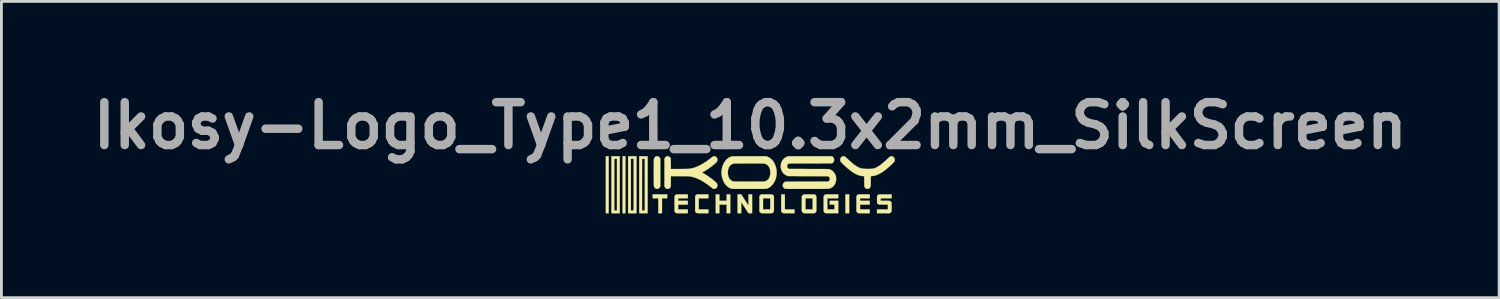
<source format=kicad_pcb>
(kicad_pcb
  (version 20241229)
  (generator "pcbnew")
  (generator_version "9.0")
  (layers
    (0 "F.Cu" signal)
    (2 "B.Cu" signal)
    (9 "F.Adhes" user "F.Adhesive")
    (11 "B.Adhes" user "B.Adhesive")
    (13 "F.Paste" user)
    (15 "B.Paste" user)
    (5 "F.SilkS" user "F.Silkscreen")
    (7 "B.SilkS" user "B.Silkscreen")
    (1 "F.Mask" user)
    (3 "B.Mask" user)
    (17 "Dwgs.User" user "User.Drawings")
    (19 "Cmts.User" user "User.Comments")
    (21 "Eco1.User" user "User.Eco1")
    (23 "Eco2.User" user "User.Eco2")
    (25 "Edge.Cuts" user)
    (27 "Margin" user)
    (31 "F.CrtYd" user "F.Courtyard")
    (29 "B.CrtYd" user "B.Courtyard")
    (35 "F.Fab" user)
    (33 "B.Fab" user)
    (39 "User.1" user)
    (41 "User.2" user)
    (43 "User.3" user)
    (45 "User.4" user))
  (footprint "Ikosy-Logo_Type1_10.3x2mm_SilkScreen"
    (layer "F.Cu")
    (at 23.629 3.518)
    (property "Reference" "Ikosy-Logo_Type1_10.3x2mm_SilkScreen" (at 0 -2.1 0) (layer "F.Fab") (effects (font (size 1.524 1.524) (thickness 0.3))))
    (attr exclude_from_pos_files exclude_from_bom)
    (fp_poly (pts (xy -5.036 1.012) (xy -5.134 1.012) (xy -5.134 -1.012) (xy -5.036 -1.012) (xy -5.036 1.012)) (stroke (width 0.01) (type solid)) (fill yes) (layer "F.SilkS"))
    (fp_poly (pts (xy -4.441 1.012) (xy -4.539 1.012) (xy -4.539 -1.012) (xy -4.441 -1.012) (xy -4.441 1.012)) (stroke (width 0.01) (type solid)) (fill yes) (layer "F.SilkS"))
    (fp_poly (pts (xy 3.516 1.012) (xy 3.385 1.012) (xy 3.385 0.345) (xy 3.516 0.345) (xy 3.516 1.012)) (stroke (width 0.01) (type solid)) (fill yes) (layer "F.SilkS"))
    (fp_poly (pts (xy -2.954 0.479) (xy -3.139 0.479) (xy -3.139 1.012) (xy -3.269 1.012) (xy -3.269 0.479) (xy -3.469 0.479) (xy -3.469 0.345) (xy -2.954 0.345) (xy -2.954 0.479)) (stroke (width 0.01) (type solid)) (fill yes) (layer "F.SilkS"))
    (fp_poly (pts (xy -4.641 1.012) (xy -4.935 1.012) (xy -4.935 -0.922) (xy -4.837 -0.922) (xy -4.837 0.922) (xy -4.739 0.922) (xy -4.739 -0.922) (xy -4.837 -0.922) (xy -4.935 -0.922) (xy -4.935 -1.012) (xy -4.641 -1.012) (xy -4.641 1.012)) (stroke (width 0.01) (type solid)) (fill yes) (layer "F.SilkS"))
    (fp_poly (pts (xy -4.046 1.012) (xy -4.343 1.012) (xy -4.343 -0.922) (xy -4.245 -0.922) (xy -4.245 0.922) (xy -4.144 0.922) (xy -4.144 -0.922) (xy -4.245 -0.922) (xy -4.343 -0.922) (xy -4.343 -1.012) (xy -4.046 -1.012) (xy -4.046 1.012)) (stroke (width 0.01) (type solid)) (fill yes) (layer "F.SilkS"))
    (fp_poly (pts (xy -1.099 0.573) (xy -0.838 0.573) (xy -0.838 0.345) (xy -0.711 0.345) (xy -0.711 1.012) (xy -0.838 1.012) (xy -0.838 0.708) (xy -1.099 0.708) (xy -1.099 1.012) (xy -1.226 1.012) (xy -1.226 0.345) (xy -1.099 0.345) (xy -1.099 0.573)) (stroke (width 0.01) (type solid)) (fill yes) (layer "F.SilkS"))
    (fp_poly (pts (xy -3.65 1.012) (xy -3.948 1.012) (xy -3.948 0.448) (xy -3.849 0.448) (xy -3.849 0.514) (xy -3.849 0.575) (xy -3.849 0.632) (xy -3.849 0.685) (xy -3.849 0.734) (xy -3.849 0.777) (xy -3.849 0.815) (xy -3.849 0.848) (xy -3.849 0.875) (xy -3.849 0.895) (xy -3.848 0.909) (xy -3.848 0.916) (xy -3.848 0.917) (xy -3.845 0.919) (xy -3.837 0.92) (xy -3.824 0.921) (xy -3.805 0.922) (xy -3.797 0.922) (xy -3.748 0.922) (xy -3.748 -0.922) (xy -3.798 -0.921) (xy -3.848 -0.92) (xy -3.849 -0.004) (xy -3.849 0.077) (xy -3.849 0.157) (xy -3.849 0.234) (xy -3.849 0.308) (xy -3.849 0.38) (xy -3.849 0.448) (xy -3.948 0.448) (xy -3.948 -1.012) (xy -3.65 -1.012) (xy -3.65 1.012)) (stroke (width 0.01) (type solid)) (fill yes) (layer "F.SilkS"))
    (fp_poly (pts (xy -1.488 0.479) (xy -1.832 0.479) (xy -1.832 0.878) (xy -1.488 0.878) (xy -1.488 1.012) (xy -1.688 1.012) (xy -1.733 1.012) (xy -1.772 1.012) (xy -1.804 1.012) (xy -1.831 1.011) (xy -1.852 1.011) (xy -1.87 1.011) (xy -1.883 1.01) (xy -1.892 1.009) (xy -1.899 1.008) (xy -1.903 1.007) (xy -1.921 0.997) (xy -1.937 0.982) (xy -1.95 0.962) (xy -1.951 0.96) (xy -1.959 0.942) (xy -1.959 0.415) (xy -1.951 0.397) (xy -1.94 0.379) (xy -1.924 0.364) (xy -1.907 0.353) (xy -1.898 0.349) (xy -1.892 0.348) (xy -1.881 0.347) (xy -1.864 0.346) (xy -1.841 0.346) (xy -1.812 0.345) (xy -1.777 0.345) (xy -1.735 0.345) (xy -1.686 0.345) (xy -1.488 0.345) (xy -1.488 0.479)) (stroke (width 0.01) (type solid)) (fill yes) (layer "F.SilkS"))
    (fp_poly (pts (xy 1.23 0.878) (xy 1.575 0.878) (xy 1.575 1.012) (xy 1.373 1.012) (xy 1.329 1.012) (xy 1.292 1.012) (xy 1.261 1.012) (xy 1.235 1.012) (xy 1.215 1.012) (xy 1.198 1.011) (xy 1.186 1.011) (xy 1.176 1.01) (xy 1.169 1.009) (xy 1.163 1.008) (xy 1.159 1.007) (xy 1.156 1.006) (xy 1.145 0.999) (xy 1.133 0.989) (xy 1.127 0.984) (xy 1.123 0.979) (xy 1.119 0.974) (xy 1.115 0.97) (xy 1.112 0.966) (xy 1.11 0.96) (xy 1.108 0.954) (xy 1.106 0.945) (xy 1.104 0.934) (xy 1.103 0.921) (xy 1.103 0.904) (xy 1.102 0.883) (xy 1.102 0.858) (xy 1.101 0.828) (xy 1.101 0.794) (xy 1.101 0.753) (xy 1.101 0.706) (xy 1.101 0.653) (xy 1.101 0.644) (xy 1.101 0.347) (xy 1.23 0.345) (xy 1.23 0.878)) (stroke (width 0.01) (type solid)) (fill yes) (layer "F.SilkS"))
    (fp_poly (pts (xy 0.065 1.012) (xy -0.064 1.012) (xy -0.19 0.816) (xy -0.212 0.782) (xy -0.233 0.75) (xy -0.253 0.72) (xy -0.27 0.693) (xy -0.286 0.669) (xy -0.299 0.65) (xy -0.309 0.634) (xy -0.316 0.624) (xy -0.32 0.619) (xy -0.32 0.618) (xy -0.321 0.621) (xy -0.321 0.631) (xy -0.322 0.647) (xy -0.322 0.668) (xy -0.322 0.694) (xy -0.323 0.723) (xy -0.323 0.756) (xy -0.323 0.792) (xy -0.323 0.814) (xy -0.323 1.012) (xy -0.45 1.012) (xy -0.45 0.345) (xy -0.386 0.345) (xy -0.321 0.345) (xy -0.194 0.543) (xy -0.172 0.577) (xy -0.151 0.609) (xy -0.132 0.639) (xy -0.114 0.666) (xy -0.099 0.689) (xy -0.086 0.709) (xy -0.076 0.724) (xy -0.068 0.735) (xy -0.065 0.74) (xy -0.064 0.74) (xy -0.064 0.737) (xy -0.063 0.727) (xy -0.063 0.71) (xy -0.063 0.689) (xy -0.062 0.663) (xy -0.062 0.633) (xy -0.062 0.6) (xy -0.062 0.564) (xy -0.062 0.542) (xy -0.062 0.345) (xy 0.065 0.345) (xy 0.065 1.012)) (stroke (width 0.01) (type solid)) (fill yes) (layer "F.SilkS"))
    (fp_poly (pts (xy -2.221 0.479) (xy -2.565 0.479) (xy -2.565 0.573) (xy -2.221 0.573) (xy -2.221 0.708) (xy -2.565 0.708) (xy -2.565 0.878) (xy -2.221 0.878) (xy -2.221 1.012) (xy -2.423 1.012) (xy -2.467 1.012) (xy -2.504 1.012) (xy -2.535 1.012) (xy -2.56 1.012) (xy -2.581 1.012) (xy -2.597 1.011) (xy -2.61 1.011) (xy -2.62 1.01) (xy -2.627 1.009) (xy -2.632 1.008) (xy -2.636 1.007) (xy -2.64 1.006) (xy -2.654 0.996) (xy -2.668 0.983) (xy -2.68 0.968) (xy -2.688 0.953) (xy -2.688 0.951) (xy -2.689 0.946) (xy -2.69 0.936) (xy -2.69 0.922) (xy -2.691 0.902) (xy -2.691 0.877) (xy -2.692 0.846) (xy -2.692 0.81) (xy -2.692 0.767) (xy -2.692 0.717) (xy -2.692 0.676) (xy -2.692 0.415) (xy -2.684 0.397) (xy -2.673 0.379) (xy -2.657 0.364) (xy -2.64 0.353) (xy -2.631 0.349) (xy -2.625 0.348) (xy -2.614 0.347) (xy -2.597 0.346) (xy -2.574 0.346) (xy -2.545 0.345) (xy -2.51 0.345) (xy -2.468 0.345) (xy -2.419 0.345) (xy -2.221 0.345) (xy -2.221 0.479)) (stroke (width 0.01) (type solid)) (fill yes) (layer "F.SilkS"))
    (fp_poly (pts (xy 4.249 0.479) (xy 3.904 0.479) (xy 3.904 0.573) (xy 4.249 0.573) (xy 4.249 0.708) (xy 3.904 0.708) (xy 3.904 0.878) (xy 4.249 0.878) (xy 4.249 1.012) (xy 4.047 1.012) (xy 4.003 1.012) (xy 3.966 1.012) (xy 3.935 1.012) (xy 3.91 1.012) (xy 3.889 1.012) (xy 3.873 1.011) (xy 3.86 1.011) (xy 3.85 1.01) (xy 3.843 1.009) (xy 3.837 1.008) (xy 3.833 1.007) (xy 3.83 1.006) (xy 3.816 0.996) (xy 3.801 0.983) (xy 3.789 0.968) (xy 3.781 0.953) (xy 3.781 0.952) (xy 3.78 0.948) (xy 3.779 0.942) (xy 3.778 0.933) (xy 3.777 0.921) (xy 3.777 0.905) (xy 3.776 0.886) (xy 3.776 0.861) (xy 3.776 0.832) (xy 3.776 0.796) (xy 3.776 0.755) (xy 3.776 0.708) (xy 3.776 0.677) (xy 3.776 0.415) (xy 3.784 0.399) (xy 3.794 0.382) (xy 3.808 0.368) (xy 3.823 0.356) (xy 3.837 0.349) (xy 3.838 0.349) (xy 3.845 0.348) (xy 3.86 0.347) (xy 3.881 0.346) (xy 3.91 0.346) (xy 3.945 0.345) (xy 3.986 0.345) (xy 4.035 0.345) (xy 4.05 0.345) (xy 4.249 0.345) (xy 4.249 0.479)) (stroke (width 0.01) (type solid)) (fill yes) (layer "F.SilkS"))
    (fp_poly (pts (xy -3.29 -1.009) (xy -3.269 -1.003) (xy -3.264 -1.001) (xy -3.24 -0.984) (xy -3.22 -0.962) (xy -3.209 -0.942) (xy -3.199 -0.92) (xy -3.199 0.056) (xy -3.208 0.077) (xy -3.224 0.103) (xy -3.244 0.124) (xy -3.267 0.138) (xy -3.293 0.146) (xy -3.305 0.147) (xy -3.325 0.147) (xy -3.342 0.144) (xy -3.348 0.142) (xy -3.372 0.13) (xy -3.393 0.111) (xy -3.41 0.088) (xy -3.421 0.061) (xy -3.425 0.045) (xy -3.426 0.039) (xy -3.426 0.025) (xy -3.427 0.005) (xy -3.427 -0.02) (xy -3.428 -0.051) (xy -3.428 -0.086) (xy -3.428 -0.125) (xy -3.429 -0.167) (xy -3.429 -0.213) (xy -3.429 -0.26) (xy -3.429 -0.31) (xy -3.429 -0.361) (xy -3.429 -0.413) (xy -3.429 -0.464) (xy -3.429 -0.516) (xy -3.429 -0.567) (xy -3.429 -0.616) (xy -3.429 -0.663) (xy -3.428 -0.708) (xy -3.428 -0.749) (xy -3.428 -0.787) (xy -3.427 -0.821) (xy -3.427 -0.851) (xy -3.427 -0.875) (xy -3.426 -0.893) (xy -3.425 -0.905) (xy -3.425 -0.909) (xy -3.417 -0.937) (xy -3.403 -0.963) (xy -3.385 -0.984) (xy -3.363 -0.999) (xy -3.357 -1.003) (xy -3.337 -1.009) (xy -3.313 -1.011) (xy -3.29 -1.009)) (stroke (width 0.01) (type solid)) (fill yes) (layer "F.SilkS"))
    (fp_poly (pts (xy 3.128 0.479) (xy 2.74 0.479) (xy 2.74 0.878) (xy 2.997 0.878) (xy 2.997 0.708) (xy 2.827 0.708) (xy 2.827 0.573) (xy 3.128 0.573) (xy 3.128 1.012) (xy 2.904 1.012) (xy 2.858 1.012) (xy 2.818 1.012) (xy 2.785 1.012) (xy 2.757 1.012) (xy 2.734 1.012) (xy 2.716 1.011) (xy 2.702 1.011) (xy 2.69 1.01) (xy 2.682 1.01) (xy 2.676 1.009) (xy 2.671 1.008) (xy 2.667 1.006) (xy 2.665 1.006) (xy 2.654 0.999) (xy 2.642 0.989) (xy 2.637 0.984) (xy 2.632 0.978) (xy 2.628 0.974) (xy 2.624 0.969) (xy 2.621 0.964) (xy 2.619 0.959) (xy 2.616 0.951) (xy 2.615 0.942) (xy 2.613 0.93) (xy 2.612 0.915) (xy 2.612 0.897) (xy 2.611 0.875) (xy 2.611 0.848) (xy 2.611 0.816) (xy 2.611 0.778) (xy 2.611 0.734) (xy 2.611 0.683) (xy 2.611 0.415) (xy 2.619 0.398) (xy 2.63 0.382) (xy 2.645 0.366) (xy 2.661 0.355) (xy 2.674 0.349) (xy 2.679 0.348) (xy 2.69 0.347) (xy 2.705 0.346) (xy 2.726 0.346) (xy 2.753 0.345) (xy 2.785 0.345) (xy 2.824 0.345) (xy 2.87 0.345) (xy 2.908 0.345) (xy 3.128 0.345) (xy 3.128 0.479)) (stroke (width 0.01) (type solid)) (fill yes) (layer "F.SilkS"))
    (fp_poly (pts (xy 5.026 0.479) (xy 4.637 0.479) (xy 4.637 0.573) (xy 4.794 0.573) (xy 4.834 0.574) (xy 4.867 0.574) (xy 4.895 0.574) (xy 4.917 0.574) (xy 4.934 0.575) (xy 4.948 0.576) (xy 4.959 0.578) (xy 4.968 0.58) (xy 4.975 0.582) (xy 4.981 0.586) (xy 4.986 0.589) (xy 4.99 0.592) (xy 4.999 0.601) (xy 5.008 0.613) (xy 5.013 0.621) (xy 5.024 0.64) (xy 5.025 0.782) (xy 5.025 0.827) (xy 5.025 0.864) (xy 5.025 0.895) (xy 5.024 0.918) (xy 5.023 0.934) (xy 5.022 0.942) (xy 5.014 0.963) (xy 5 0.983) (xy 4.983 0.998) (xy 4.974 1.004) (xy 4.955 1.012) (xy 4.731 1.012) (xy 4.507 1.012) (xy 4.508 0.88) (xy 4.702 0.879) (xy 4.895 0.878) (xy 4.895 0.708) (xy 4.734 0.707) (xy 4.696 0.707) (xy 4.664 0.706) (xy 4.638 0.706) (xy 4.618 0.706) (xy 4.601 0.705) (xy 4.589 0.705) (xy 4.58 0.704) (xy 4.573 0.703) (xy 4.568 0.702) (xy 4.564 0.7) (xy 4.56 0.698) (xy 4.559 0.698) (xy 4.54 0.684) (xy 4.524 0.665) (xy 4.517 0.653) (xy 4.515 0.648) (xy 4.513 0.644) (xy 4.511 0.638) (xy 4.51 0.631) (xy 4.509 0.622) (xy 4.509 0.609) (xy 4.509 0.591) (xy 4.509 0.569) (xy 4.509 0.541) (xy 4.508 0.526) (xy 4.509 0.495) (xy 4.509 0.47) (xy 4.509 0.451) (xy 4.509 0.436) (xy 4.51 0.425) (xy 4.511 0.416) (xy 4.512 0.41) (xy 4.514 0.405) (xy 4.516 0.4) (xy 4.517 0.398) (xy 4.528 0.382) (xy 4.542 0.367) (xy 4.558 0.355) (xy 4.571 0.349) (xy 4.577 0.348) (xy 4.588 0.347) (xy 4.603 0.346) (xy 4.624 0.346) (xy 4.65 0.345) (xy 4.683 0.345) (xy 4.722 0.345) (xy 4.768 0.345) (xy 4.806 0.345) (xy 5.026 0.345) (xy 5.026 0.479)) (stroke (width 0.01) (type solid)) (fill yes) (layer "F.SilkS"))
    (fp_poly (pts (xy 0.545 0.345) (xy 0.591 0.345) (xy 0.778 0.347) (xy 0.795 0.356) (xy 0.807 0.365) (xy 0.818 0.375) (xy 0.821 0.379) (xy 0.825 0.384) (xy 0.829 0.389) (xy 0.831 0.393) (xy 0.834 0.399) (xy 0.836 0.406) (xy 0.837 0.414) (xy 0.839 0.425) (xy 0.84 0.439) (xy 0.841 0.456) (xy 0.841 0.477) (xy 0.841 0.503) (xy 0.842 0.533) (xy 0.842 0.569) (xy 0.842 0.611) (xy 0.842 0.659) (xy 0.842 0.678) (xy 0.842 0.728) (xy 0.842 0.771) (xy 0.842 0.808) (xy 0.842 0.84) (xy 0.841 0.866) (xy 0.841 0.887) (xy 0.841 0.905) (xy 0.84 0.919) (xy 0.84 0.929) (xy 0.839 0.938) (xy 0.838 0.944) (xy 0.837 0.949) (xy 0.836 0.953) (xy 0.827 0.969) (xy 0.815 0.985) (xy 0.8 0.998) (xy 0.784 1.007) (xy 0.782 1.008) (xy 0.776 1.009) (xy 0.765 1.01) (xy 0.751 1.011) (xy 0.731 1.011) (xy 0.706 1.012) (xy 0.675 1.012) (xy 0.637 1.012) (xy 0.593 1.012) (xy 0.58 1.012) (xy 0.538 1.012) (xy 0.503 1.012) (xy 0.474 1.012) (xy 0.45 1.012) (xy 0.431 1.012) (xy 0.416 1.011) (xy 0.405 1.01) (xy 0.396 1.01) (xy 0.389 1.009) (xy 0.385 1.008) (xy 0.381 1.006) (xy 0.379 1.006) (xy 0.365 0.996) (xy 0.351 0.983) (xy 0.339 0.968) (xy 0.331 0.953) (xy 0.331 0.951) (xy 0.33 0.946) (xy 0.329 0.936) (xy 0.329 0.922) (xy 0.328 0.902) (xy 0.327 0.877) (xy 0.327 0.846) (xy 0.327 0.81) (xy 0.327 0.767) (xy 0.327 0.717) (xy 0.327 0.676) (xy 0.327 0.479) (xy 0.454 0.479) (xy 0.454 0.878) (xy 0.711 0.878) (xy 0.711 0.479) (xy 0.454 0.479) (xy 0.327 0.479) (xy 0.327 0.415) (xy 0.335 0.397) (xy 0.347 0.379) (xy 0.362 0.363) (xy 0.38 0.352) (xy 0.389 0.349) (xy 0.396 0.348) (xy 0.407 0.347) (xy 0.423 0.346) (xy 0.444 0.346) (xy 0.472 0.345) (xy 0.505 0.345) (xy 0.545 0.345)) (stroke (width 0.01) (type solid)) (fill yes) (layer "F.SilkS"))
    (fp_poly (pts (xy 2.05 0.345) (xy 2.095 0.345) (xy 2.101 0.345) (xy 2.288 0.347) (xy 2.304 0.356) (xy 2.316 0.365) (xy 2.327 0.375) (xy 2.331 0.379) (xy 2.335 0.384) (xy 2.338 0.389) (xy 2.341 0.393) (xy 2.343 0.399) (xy 2.345 0.406) (xy 2.347 0.414) (xy 2.348 0.425) (xy 2.349 0.439) (xy 2.35 0.456) (xy 2.351 0.477) (xy 2.351 0.503) (xy 2.351 0.533) (xy 2.351 0.569) (xy 2.351 0.611) (xy 2.351 0.659) (xy 2.351 0.678) (xy 2.351 0.728) (xy 2.351 0.771) (xy 2.351 0.808) (xy 2.351 0.84) (xy 2.351 0.866) (xy 2.35 0.887) (xy 2.35 0.905) (xy 2.35 0.919) (xy 2.349 0.929) (xy 2.348 0.938) (xy 2.347 0.944) (xy 2.346 0.949) (xy 2.345 0.953) (xy 2.337 0.969) (xy 2.324 0.985) (xy 2.309 0.998) (xy 2.294 1.007) (xy 2.291 1.008) (xy 2.285 1.009) (xy 2.275 1.01) (xy 2.26 1.011) (xy 2.24 1.011) (xy 2.215 1.012) (xy 2.184 1.012) (xy 2.147 1.012) (xy 2.103 1.012) (xy 2.09 1.012) (xy 2.048 1.012) (xy 2.013 1.012) (xy 1.983 1.012) (xy 1.96 1.012) (xy 1.94 1.012) (xy 1.925 1.011) (xy 1.914 1.01) (xy 1.905 1.01) (xy 1.899 1.009) (xy 1.894 1.008) (xy 1.89 1.006) (xy 1.889 1.006) (xy 1.874 0.996) (xy 1.859 0.982) (xy 1.847 0.966) (xy 1.841 0.955) (xy 1.839 0.952) (xy 1.838 0.949) (xy 1.837 0.944) (xy 1.837 0.937) (xy 1.836 0.928) (xy 1.836 0.916) (xy 1.835 0.9) (xy 1.835 0.881) (xy 1.835 0.858) (xy 1.834 0.829) (xy 1.834 0.796) (xy 1.834 0.756) (xy 1.834 0.71) (xy 1.834 0.68) (xy 1.834 0.479) (xy 1.963 0.479) (xy 1.963 0.878) (xy 2.221 0.878) (xy 2.221 0.479) (xy 1.963 0.479) (xy 1.834 0.479) (xy 1.834 0.419) (xy 1.843 0.4) (xy 1.854 0.382) (xy 1.869 0.366) (xy 1.886 0.354) (xy 1.899 0.349) (xy 1.905 0.348) (xy 1.916 0.347) (xy 1.931 0.346) (xy 1.952 0.346) (xy 1.978 0.345) (xy 2.011 0.345) (xy 2.05 0.345)) (stroke (width 0.01) (type solid)) (fill yes) (layer "F.SilkS"))
    (fp_poly (pts (xy -1.266 -1.011) (xy -1.243 -1.005) (xy -1.222 -0.992) (xy -1.206 -0.979) (xy -1.189 -0.959) (xy -1.178 -0.94) (xy -1.171 -0.919) (xy -1.169 -0.895) (xy -1.169 -0.88) (xy -1.17 -0.864) (xy -1.173 -0.851) (xy -1.177 -0.838) (xy -1.183 -0.825) (xy -1.192 -0.812) (xy -1.205 -0.797) (xy -1.221 -0.781) (xy -1.241 -0.763) (xy -1.267 -0.741) (xy -1.294 -0.718) (xy -1.369 -0.658) (xy -1.44 -0.604) (xy -1.511 -0.555) (xy -1.581 -0.51) (xy -1.652 -0.469) (xy -1.686 -0.45) (xy -1.699 -0.442) (xy -1.709 -0.437) (xy -1.715 -0.433) (xy -1.716 -0.432) (xy -1.713 -0.429) (xy -1.705 -0.425) (xy -1.693 -0.418) (xy -1.683 -0.412) (xy -1.602 -0.366) (xy -1.52 -0.315) (xy -1.438 -0.258) (xy -1.354 -0.194) (xy -1.288 -0.141) (xy -1.259 -0.116) (xy -1.235 -0.096) (xy -1.216 -0.078) (xy -1.201 -0.063) (xy -1.19 -0.049) (xy -1.182 -0.037) (xy -1.176 -0.025) (xy -1.172 -0.012) (xy -1.17 0.001) (xy -1.169 0.016) (xy -1.17 0.043) (xy -1.174 0.066) (xy -1.182 0.085) (xy -1.197 0.104) (xy -1.206 0.115) (xy -1.228 0.133) (xy -1.249 0.144) (xy -1.273 0.148) (xy -1.29 0.148) (xy -1.303 0.146) (xy -1.316 0.141) (xy -1.33 0.135) (xy -1.346 0.125) (xy -1.364 0.111) (xy -1.384 0.096) (xy -1.462 0.035) (xy -1.536 -0.02) (xy -1.607 -0.069) (xy -1.675 -0.113) (xy -1.742 -0.152) (xy -1.806 -0.186) (xy -1.87 -0.215) (xy -1.933 -0.24) (xy -1.995 -0.261) (xy -2.058 -0.279) (xy -2.122 -0.292) (xy -2.144 -0.296) (xy -2.152 -0.297) (xy -2.16 -0.298) (xy -2.169 -0.299) (xy -2.18 -0.3) (xy -2.194 -0.301) (xy -2.21 -0.301) (xy -2.229 -0.302) (xy -2.252 -0.302) (xy -2.279 -0.302) (xy -2.311 -0.303) (xy -2.348 -0.303) (xy -2.39 -0.303) (xy -2.439 -0.304) (xy -2.495 -0.304) (xy -2.503 -0.304) (xy -2.823 -0.305) (xy -2.824 -0.125) (xy -2.825 0.056) (xy -2.834 0.077) (xy -2.85 0.103) (xy -2.869 0.123) (xy -2.892 0.138) (xy -2.917 0.146) (xy -2.93 0.147) (xy -2.944 0.147) (xy -2.957 0.147) (xy -2.963 0.146) (xy -2.987 0.136) (xy -3.008 0.12) (xy -3.027 0.099) (xy -3.04 0.076) (xy -3.05 0.056) (xy -3.05 -0.92) (xy -3.04 -0.94) (xy -3.025 -0.966) (xy -3.006 -0.987) (xy -2.985 -1.001) (xy -2.974 -1.006) (xy -2.963 -1.009) (xy -2.95 -1.01) (xy -2.937 -1.01) (xy -2.921 -1.01) (xy -2.909 -1.008) (xy -2.898 -1.005) (xy -2.89 -1.001) (xy -2.868 -0.985) (xy -2.848 -0.964) (xy -2.834 -0.94) (xy -2.825 -0.92) (xy -2.824 -0.739) (xy -2.823 -0.559) (xy -2.537 -0.559) (xy -2.488 -0.559) (xy -2.442 -0.559) (xy -2.397 -0.559) (xy -2.356 -0.56) (xy -2.318 -0.56) (xy -2.284 -0.56) (xy -2.255 -0.561) (xy -2.231 -0.561) (xy -2.214 -0.562) (xy -2.204 -0.563) (xy -2.136 -0.57) (xy -2.068 -0.584) (xy -2 -0.602) (xy -1.936 -0.624) (xy -1.88 -0.646) (xy -1.824 -0.671) (xy -1.769 -0.699) (xy -1.713 -0.73) (xy -1.655 -0.765) (xy -1.595 -0.804) (xy -1.533 -0.847) (xy -1.468 -0.895) (xy -1.406 -0.943) (xy -1.381 -0.963) (xy -1.361 -0.978) (xy -1.344 -0.989) (xy -1.331 -0.998) (xy -1.32 -1.004) (xy -1.31 -1.008) (xy -1.3 -1.01) (xy -1.291 -1.011) (xy -1.266 -1.011)) (stroke (width 0.01) (type solid)) (fill yes) (layer "F.SilkS"))
    (fp_poly (pts (xy 5.04 -1.01) (xy 5.051 -1.009) (xy 5.061 -1.005) (xy 5.072 -1) (xy 5.096 -0.982) (xy 5.116 -0.959) (xy 5.127 -0.94) (xy 5.131 -0.929) (xy 5.134 -0.918) (xy 5.136 -0.905) (xy 5.136 -0.887) (xy 5.136 -0.871) (xy 5.135 -0.859) (xy 5.132 -0.848) (xy 5.128 -0.837) (xy 5.123 -0.826) (xy 5.117 -0.817) (xy 5.112 -0.808) (xy 5.106 -0.799) (xy 5.098 -0.79) (xy 5.087 -0.779) (xy 5.073 -0.765) (xy 5.054 -0.747) (xy 5.05 -0.743) (xy 4.989 -0.687) (xy 4.932 -0.635) (xy 4.879 -0.589) (xy 4.829 -0.547) (xy 4.781 -0.51) (xy 4.736 -0.477) (xy 4.692 -0.447) (xy 4.649 -0.42) (xy 4.607 -0.397) (xy 4.574 -0.379) (xy 4.511 -0.351) (xy 4.45 -0.33) (xy 4.39 -0.315) (xy 4.332 -0.307) (xy 4.321 -0.306) (xy 4.286 -0.304) (xy 4.285 -0.126) (xy 4.284 -0.085) (xy 4.284 -0.051) (xy 4.284 -0.023) (xy 4.284 -0.000203) (xy 4.283 0.018) (xy 4.283 0.032) (xy 4.282 0.043) (xy 4.281 0.052) (xy 4.28 0.058) (xy 4.279 0.064) (xy 4.277 0.068) (xy 4.275 0.073) (xy 4.264 0.093) (xy 4.249 0.113) (xy 4.231 0.128) (xy 4.215 0.138) (xy 4.19 0.146) (xy 4.164 0.148) (xy 4.14 0.144) (xy 4.134 0.142) (xy 4.109 0.13) (xy 4.088 0.112) (xy 4.076 0.097) (xy 4.072 0.09) (xy 4.068 0.084) (xy 4.065 0.077) (xy 4.062 0.07) (xy 4.06 0.062) (xy 4.058 0.051) (xy 4.057 0.037) (xy 4.056 0.02) (xy 4.055 -0.001) (xy 4.055 -0.027) (xy 4.055 -0.059) (xy 4.054 -0.097) (xy 4.054 -0.126) (xy 4.053 -0.304) (xy 4.013 -0.306) (xy 3.959 -0.312) (xy 3.905 -0.323) (xy 3.85 -0.34) (xy 3.794 -0.362) (xy 3.737 -0.39) (xy 3.678 -0.425) (xy 3.616 -0.465) (xy 3.553 -0.512) (xy 3.524 -0.534) (xy 3.497 -0.556) (xy 3.469 -0.58) (xy 3.439 -0.606) (xy 3.409 -0.632) (xy 3.379 -0.658) (xy 3.351 -0.685) (xy 3.323 -0.71) (xy 3.298 -0.734) (xy 3.275 -0.756) (xy 3.255 -0.776) (xy 3.24 -0.792) (xy 3.228 -0.805) (xy 3.223 -0.813) (xy 3.209 -0.842) (xy 3.202 -0.871) (xy 3.202 -0.9) (xy 3.207 -0.927) (xy 3.218 -0.953) (xy 3.235 -0.976) (xy 3.258 -0.995) (xy 3.266 -1) (xy 3.278 -1.006) (xy 3.287 -1.009) (xy 3.299 -1.01) (xy 3.315 -1.011) (xy 3.331 -1.01) (xy 3.342 -1.009) (xy 3.352 -1.005) (xy 3.363 -1) (xy 3.363 -1) (xy 3.373 -0.994) (xy 3.386 -0.983) (xy 3.401 -0.97) (xy 3.418 -0.955) (xy 3.431 -0.944) (xy 3.484 -0.894) (xy 3.532 -0.849) (xy 3.577 -0.809) (xy 3.619 -0.774) (xy 3.658 -0.742) (xy 3.694 -0.714) (xy 3.728 -0.689) (xy 3.76 -0.668) (xy 3.791 -0.648) (xy 3.822 -0.631) (xy 3.841 -0.622) (xy 3.872 -0.607) (xy 3.901 -0.595) (xy 3.93 -0.585) (xy 3.96 -0.578) (xy 3.992 -0.572) (xy 4.028 -0.567) (xy 4.069 -0.564) (xy 4.096 -0.562) (xy 4.134 -0.56) (xy 4.174 -0.56) (xy 4.215 -0.56) (xy 4.255 -0.562) (xy 4.293 -0.564) (xy 4.327 -0.567) (xy 4.356 -0.571) (xy 4.369 -0.573) (xy 4.402 -0.581) (xy 4.435 -0.592) (xy 4.468 -0.605) (xy 4.503 -0.621) (xy 4.538 -0.641) (xy 4.576 -0.664) (xy 4.615 -0.691) (xy 4.656 -0.723) (xy 4.701 -0.758) (xy 4.748 -0.798) (xy 4.799 -0.843) (xy 4.854 -0.893) (xy 4.913 -0.949) (xy 4.929 -0.964) (xy 4.945 -0.977) (xy 4.96 -0.989) (xy 4.971 -0.997) (xy 4.975 -1) (xy 4.986 -1.005) (xy 4.996 -1.009) (xy 5.008 -1.01) (xy 5.024 -1.011) (xy 5.024 -1.011) (xy 5.04 -1.01)) (stroke (width 0.01) (type solid)) (fill yes) (layer "F.SilkS"))
    (fp_poly (pts (xy -0.271 -1.012) (xy -0.21 -1.012) (xy -0.142 -1.012) (xy -0.068 -1.012) (xy -0.023 -1.012) (xy 0.561 -1.011) (xy 0.59 -1.002) (xy 0.636 -0.986) (xy 0.68 -0.962) (xy 0.722 -0.932) (xy 0.761 -0.897) (xy 0.798 -0.856) (xy 0.831 -0.81) (xy 0.86 -0.759) (xy 0.885 -0.705) (xy 0.906 -0.646) (xy 0.916 -0.61) (xy 0.924 -0.578) (xy 0.93 -0.548) (xy 0.934 -0.521) (xy 0.936 -0.492) (xy 0.937 -0.461) (xy 0.938 -0.432) (xy 0.937 -0.396) (xy 0.936 -0.366) (xy 0.933 -0.338) (xy 0.929 -0.31) (xy 0.923 -0.28) (xy 0.916 -0.252) (xy 0.898 -0.195) (xy 0.876 -0.14) (xy 0.85 -0.089) (xy 0.82 -0.041) (xy 0.787 0.003) (xy 0.75 0.041) (xy 0.711 0.075) (xy 0.67 0.102) (xy 0.627 0.123) (xy 0.617 0.127) (xy 0.61 0.13) (xy 0.603 0.132) (xy 0.596 0.135) (xy 0.589 0.137) (xy 0.582 0.139) (xy 0.574 0.14) (xy 0.565 0.142) (xy 0.554 0.143) (xy 0.542 0.144) (xy 0.527 0.145) (xy 0.51 0.146) (xy 0.49 0.147) (xy 0.466 0.147) (xy 0.439 0.148) (xy 0.408 0.148) (xy 0.373 0.148) (xy 0.333 0.148) (xy 0.287 0.148) (xy 0.237 0.149) (xy 0.181 0.149) (xy 0.118 0.149) (xy 0.05 0.149) (xy -0.026 0.148) (xy -0.049 0.148) (xy -0.128 0.148) (xy -0.2 0.148) (xy -0.265 0.148) (xy -0.324 0.148) (xy -0.378 0.148) (xy -0.425 0.148) (xy -0.467 0.148) (xy -0.503 0.147) (xy -0.535 0.147) (xy -0.562 0.147) (xy -0.585 0.146) (xy -0.604 0.146) (xy -0.619 0.145) (xy -0.631 0.145) (xy -0.64 0.144) (xy -0.646 0.144) (xy -0.648 0.143) (xy -0.689 0.133) (xy -0.728 0.118) (xy -0.765 0.097) (xy -0.802 0.071) (xy -0.839 0.037) (xy -0.852 0.023) (xy -0.89 -0.021) (xy -0.924 -0.071) (xy -0.953 -0.126) (xy -0.977 -0.185) (xy -0.997 -0.247) (xy -1.011 -0.313) (xy -1.02 -0.377) (xy -1.022 -0.433) (xy -0.797 -0.433) (xy -0.795 -0.383) (xy -0.788 -0.336) (xy -0.777 -0.291) (xy -0.761 -0.249) (xy -0.759 -0.247) (xy -0.751 -0.23) (xy -0.742 -0.217) (xy -0.732 -0.204) (xy -0.72 -0.19) (xy -0.71 -0.179) (xy -0.682 -0.154) (xy -0.655 -0.136) (xy -0.627 -0.123) (xy -0.599 -0.115) (xy -0.591 -0.114) (xy -0.577 -0.113) (xy -0.557 -0.112) (xy -0.531 -0.112) (xy -0.5 -0.111) (xy -0.464 -0.111) (xy -0.423 -0.11) (xy -0.379 -0.11) (xy -0.332 -0.109) (xy -0.282 -0.109) (xy -0.23 -0.109) (xy -0.176 -0.109) (xy -0.121 -0.109) (xy -0.065 -0.109) (xy -0.009 -0.109) (xy 0.046 -0.109) (xy 0.101 -0.109) (xy 0.155 -0.109) (xy 0.207 -0.109) (xy 0.256 -0.109) (xy 0.303 -0.11) (xy 0.346 -0.11) (xy 0.385 -0.111) (xy 0.421 -0.111) (xy 0.451 -0.112) (xy 0.476 -0.112) (xy 0.495 -0.113) (xy 0.508 -0.114) (xy 0.513 -0.114) (xy 0.55 -0.126) (xy 0.585 -0.144) (xy 0.616 -0.168) (xy 0.644 -0.197) (xy 0.668 -0.231) (xy 0.677 -0.247) (xy 0.693 -0.286) (xy 0.704 -0.329) (xy 0.712 -0.375) (xy 0.715 -0.423) (xy 0.713 -0.471) (xy 0.707 -0.518) (xy 0.697 -0.563) (xy 0.683 -0.604) (xy 0.676 -0.618) (xy 0.654 -0.655) (xy 0.627 -0.686) (xy 0.596 -0.712) (xy 0.561 -0.733) (xy 0.522 -0.747) (xy 0.513 -0.75) (xy 0.508 -0.751) (xy 0.504 -0.752) (xy 0.498 -0.752) (xy 0.492 -0.753) (xy 0.484 -0.754) (xy 0.474 -0.754) (xy 0.461 -0.755) (xy 0.446 -0.755) (xy 0.428 -0.755) (xy 0.407 -0.756) (xy 0.382 -0.756) (xy 0.352 -0.756) (xy 0.319 -0.756) (xy 0.28 -0.756) (xy 0.236 -0.756) (xy 0.187 -0.756) (xy 0.132 -0.757) (xy 0.07 -0.757) (xy 0.002 -0.757) (xy -0.042 -0.757) (xy -0.114 -0.757) (xy -0.18 -0.757) (xy -0.239 -0.757) (xy -0.291 -0.756) (xy -0.338 -0.756) (xy -0.38 -0.756) (xy -0.417 -0.756) (xy -0.448 -0.756) (xy -0.476 -0.756) (xy -0.499 -0.756) (xy -0.519 -0.755) (xy -0.536 -0.755) (xy -0.55 -0.754) (xy -0.561 -0.754) (xy -0.571 -0.753) (xy -0.578 -0.753) (xy -0.584 -0.752) (xy -0.589 -0.751) (xy -0.594 -0.751) (xy -0.596 -0.75) (xy -0.635 -0.737) (xy -0.671 -0.718) (xy -0.703 -0.693) (xy -0.731 -0.663) (xy -0.754 -0.627) (xy -0.76 -0.615) (xy -0.777 -0.574) (xy -0.788 -0.529) (xy -0.795 -0.482) (xy -0.797 -0.433) (xy -1.022 -0.433) (xy -1.022 -0.441) (xy -1.018 -0.505) (xy -1.008 -0.57) (xy -0.992 -0.634) (xy -0.97 -0.696) (xy -0.943 -0.755) (xy -0.912 -0.811) (xy -0.892 -0.839) (xy -0.865 -0.872) (xy -0.834 -0.904) (xy -0.8 -0.932) (xy -0.766 -0.957) (xy -0.731 -0.977) (xy -0.702 -0.99) (xy -0.694 -0.993) (xy -0.687 -0.996) (xy -0.68 -0.998) (xy -0.673 -1) (xy -0.666 -1.002) (xy -0.658 -1.004) (xy -0.649 -1.005) (xy -0.639 -1.007) (xy -0.626 -1.008) (xy -0.612 -1.009) (xy -0.595 -1.009) (xy -0.575 -1.01) (xy -0.552 -1.011) (xy -0.525 -1.011) (xy -0.495 -1.011) (xy -0.46 -1.012) (xy -0.421 -1.012) (xy -0.376 -1.012) (xy -0.327 -1.012) (xy -0.271 -1.012)) (stroke (width 0.01) (type solid)) (fill yes) (layer "F.SilkS"))
    (fp_poly (pts (xy 2.508 -1.012) (xy 2.564 -1.012) (xy 2.615 -1.012) (xy 2.661 -1.012) (xy 2.702 -1.012) (xy 2.739 -1.012) (xy 2.771 -1.011) (xy 2.799 -1.011) (xy 2.823 -1.01) (xy 2.844 -1.01) (xy 2.862 -1.009) (xy 2.877 -1.008) (xy 2.889 -1.007) (xy 2.899 -1.006) (xy 2.907 -1.005) (xy 2.913 -1.003) (xy 2.918 -1.001) (xy 2.922 -1) (xy 2.926 -0.998) (xy 2.928 -0.995) (xy 2.931 -0.993) (xy 2.933 -0.99) (xy 2.936 -0.987) (xy 2.938 -0.986) (xy 2.959 -0.963) (xy 2.973 -0.938) (xy 2.981 -0.909) (xy 2.982 -0.877) (xy 2.982 -0.875) (xy 2.977 -0.844) (xy 2.966 -0.817) (xy 2.95 -0.794) (xy 2.928 -0.775) (xy 2.921 -0.771) (xy 2.901 -0.76) (xy 2.141 -0.758) (xy 2.053 -0.758) (xy 1.971 -0.758) (xy 1.896 -0.758) (xy 1.828 -0.758) (xy 1.766 -0.758) (xy 1.709 -0.757) (xy 1.658 -0.757) (xy 1.613 -0.757) (xy 1.572 -0.757) (xy 1.536 -0.756) (xy 1.504 -0.756) (xy 1.476 -0.756) (xy 1.452 -0.755) (xy 1.431 -0.754) (xy 1.414 -0.754) (xy 1.399 -0.753) (xy 1.387 -0.752) (xy 1.377 -0.751) (xy 1.369 -0.75) (xy 1.363 -0.748) (xy 1.358 -0.747) (xy 1.355 -0.745) (xy 1.352 -0.743) (xy 1.349 -0.741) (xy 1.347 -0.739) (xy 1.345 -0.737) (xy 1.342 -0.734) (xy 1.341 -0.733) (xy 1.325 -0.714) (xy 1.314 -0.691) (xy 1.31 -0.664) (xy 1.31 -0.659) (xy 1.313 -0.631) (xy 1.322 -0.607) (xy 1.338 -0.587) (xy 1.36 -0.571) (xy 1.36 -0.571) (xy 1.377 -0.561) (xy 2.083 -0.559) (xy 2.168 -0.559) (xy 2.246 -0.558) (xy 2.318 -0.558) (xy 2.383 -0.558) (xy 2.442 -0.558) (xy 2.496 -0.558) (xy 2.544 -0.557) (xy 2.587 -0.557) (xy 2.625 -0.557) (xy 2.659 -0.557) (xy 2.689 -0.556) (xy 2.715 -0.556) (xy 2.738 -0.555) (xy 2.757 -0.554) (xy 2.773 -0.553) (xy 2.787 -0.552) (xy 2.799 -0.551) (xy 2.809 -0.55) (xy 2.817 -0.549) (xy 2.824 -0.547) (xy 2.83 -0.545) (xy 2.835 -0.543) (xy 2.84 -0.541) (xy 2.844 -0.539) (xy 2.849 -0.536) (xy 2.855 -0.533) (xy 2.859 -0.531) (xy 2.901 -0.508) (xy 2.938 -0.478) (xy 2.972 -0.444) (xy 3 -0.404) (xy 3.023 -0.36) (xy 3.041 -0.312) (xy 3.043 -0.302) (xy 3.047 -0.287) (xy 3.05 -0.274) (xy 3.051 -0.261) (xy 3.052 -0.245) (xy 3.053 -0.226) (xy 3.053 -0.207) (xy 3.053 -0.174) (xy 3.051 -0.146) (xy 3.047 -0.121) (xy 3.042 -0.098) (xy 3.034 -0.075) (xy 3.029 -0.062) (xy 3.006 -0.015) (xy 2.979 0.026) (xy 2.948 0.061) (xy 2.912 0.091) (xy 2.871 0.115) (xy 2.868 0.116) (xy 2.861 0.12) (xy 2.855 0.123) (xy 2.85 0.126) (xy 2.845 0.128) (xy 2.84 0.131) (xy 2.834 0.133) (xy 2.828 0.135) (xy 2.821 0.137) (xy 2.813 0.139) (xy 2.803 0.14) (xy 2.792 0.141) (xy 2.778 0.142) (xy 2.762 0.143) (xy 2.744 0.144) (xy 2.722 0.145) (xy 2.697 0.146) (xy 2.668 0.146) (xy 2.636 0.146) (xy 2.599 0.147) (xy 2.557 0.147) (xy 2.511 0.147) (xy 2.46 0.147) (xy 2.403 0.147) (xy 2.341 0.147) (xy 2.273 0.147) (xy 2.198 0.147) (xy 2.117 0.147) (xy 2.028 0.148) (xy 2.019 0.148) (xy 1.945 0.148) (xy 1.873 0.148) (xy 1.803 0.148) (xy 1.735 0.148) (xy 1.671 0.148) (xy 1.609 0.147) (xy 1.552 0.147) (xy 1.498 0.147) (xy 1.448 0.147) (xy 1.403 0.147) (xy 1.363 0.147) (xy 1.328 0.147) (xy 1.299 0.146) (xy 1.275 0.146) (xy 1.258 0.146) (xy 1.248 0.146) (xy 1.245 0.145) (xy 1.22 0.134) (xy 1.198 0.118) (xy 1.179 0.096) (xy 1.167 0.077) (xy 1.164 0.067) (xy 1.161 0.057) (xy 1.16 0.044) (xy 1.159 0.026) (xy 1.159 0.022) (xy 1.16 0.004) (xy 1.16 -0.009) (xy 1.162 -0.018) (xy 1.165 -0.028) (xy 1.17 -0.039) (xy 1.171 -0.041) (xy 1.187 -0.066) (xy 1.206 -0.085) (xy 1.23 -0.098) (xy 1.258 -0.105) (xy 1.264 -0.106) (xy 1.277 -0.106) (xy 1.297 -0.107) (xy 1.323 -0.107) (xy 1.356 -0.107) (xy 1.395 -0.107) (xy 1.439 -0.108) (xy 1.489 -0.108) (xy 1.544 -0.108) (xy 1.604 -0.108) (xy 1.669 -0.109) (xy 1.739 -0.109) (xy 1.813 -0.109) (xy 1.891 -0.109) (xy 1.973 -0.109) (xy 2.021 -0.109) (xy 2.108 -0.109) (xy 2.187 -0.109) (xy 2.26 -0.109) (xy 2.326 -0.109) (xy 2.387 -0.109) (xy 2.441 -0.109) (xy 2.49 -0.109) (xy 2.534 -0.109) (xy 2.574 -0.109) (xy 2.608 -0.11) (xy 2.638 -0.11) (xy 2.665 -0.11) (xy 2.687 -0.11) (xy 2.706 -0.111) (xy 2.723 -0.111) (xy 2.736 -0.111) (xy 2.747 -0.112) (xy 2.755 -0.112) (xy 2.762 -0.113) (xy 2.767 -0.113) (xy 2.771 -0.114) (xy 2.774 -0.114) (xy 2.776 -0.115) (xy 2.778 -0.116) (xy 2.794 -0.126) (xy 2.809 -0.142) (xy 2.821 -0.16) (xy 2.825 -0.168) (xy 2.829 -0.188) (xy 2.83 -0.211) (xy 2.827 -0.233) (xy 2.82 -0.252) (xy 2.818 -0.255) (xy 2.807 -0.271) (xy 2.792 -0.285) (xy 2.778 -0.296) (xy 2.773 -0.299) (xy 2.77 -0.299) (xy 2.763 -0.3) (xy 2.752 -0.3) (xy 2.738 -0.301) (xy 2.719 -0.301) (xy 2.695 -0.302) (xy 2.667 -0.302) (xy 2.634 -0.302) (xy 2.595 -0.303) (xy 2.551 -0.303) (xy 2.502 -0.303) (xy 2.446 -0.303) (xy 2.384 -0.304) (xy 2.316 -0.304) (xy 2.242 -0.304) (xy 2.161 -0.305) (xy 2.072 -0.305) (xy 2.056 -0.305) (xy 1.348 -0.307) (xy 1.323 -0.315) (xy 1.276 -0.335) (xy 1.234 -0.36) (xy 1.196 -0.39) (xy 1.163 -0.426) (xy 1.135 -0.467) (xy 1.113 -0.512) (xy 1.102 -0.543) (xy 1.092 -0.58) (xy 1.087 -0.617) (xy 1.085 -0.658) (xy 1.086 -0.678) (xy 1.091 -0.728) (xy 1.102 -0.774) (xy 1.119 -0.817) (xy 1.142 -0.859) (xy 1.147 -0.867) (xy 1.176 -0.904) (xy 1.209 -0.937) (xy 1.245 -0.964) (xy 1.284 -0.986) (xy 1.325 -1.001) (xy 1.357 -1.009) (xy 1.364 -1.009) (xy 1.377 -1.009) (xy 1.397 -1.01) (xy 1.424 -1.01) (xy 1.458 -1.011) (xy 1.499 -1.011) (xy 1.547 -1.011) (xy 1.601 -1.012) (xy 1.663 -1.012) (xy 1.732 -1.012) (xy 1.807 -1.012) (xy 1.89 -1.012) (xy 1.98 -1.012) (xy 2.078 -1.012) (xy 2.132 -1.012) (xy 2.221 -1.012) (xy 2.302 -1.012) (xy 2.377 -1.012) (xy 2.445 -1.012) (xy 2.508 -1.012)) (stroke (width 0.01) (type solid)) (fill yes) (layer "F.SilkS")))
  (gr_rect
    (start -3 -3)
    (end 50.259 7.535)
    (stroke (width 0.1) (type default))
    (fill no)
    (layer "Edge.Cuts")))
</source>
